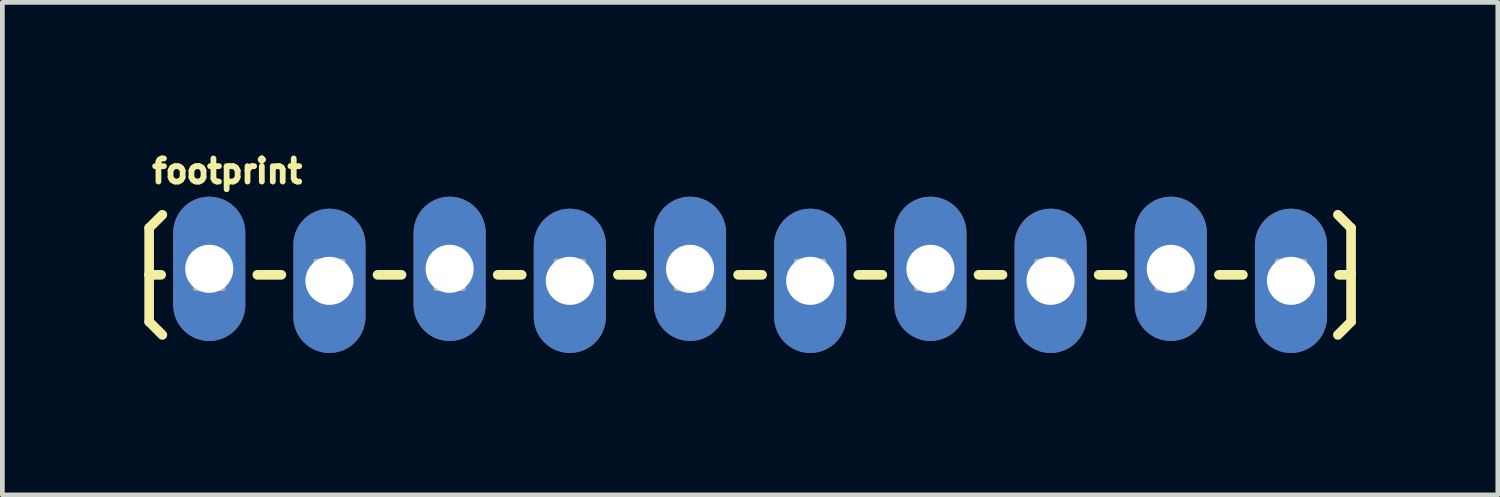
<source format=kicad_pcb>
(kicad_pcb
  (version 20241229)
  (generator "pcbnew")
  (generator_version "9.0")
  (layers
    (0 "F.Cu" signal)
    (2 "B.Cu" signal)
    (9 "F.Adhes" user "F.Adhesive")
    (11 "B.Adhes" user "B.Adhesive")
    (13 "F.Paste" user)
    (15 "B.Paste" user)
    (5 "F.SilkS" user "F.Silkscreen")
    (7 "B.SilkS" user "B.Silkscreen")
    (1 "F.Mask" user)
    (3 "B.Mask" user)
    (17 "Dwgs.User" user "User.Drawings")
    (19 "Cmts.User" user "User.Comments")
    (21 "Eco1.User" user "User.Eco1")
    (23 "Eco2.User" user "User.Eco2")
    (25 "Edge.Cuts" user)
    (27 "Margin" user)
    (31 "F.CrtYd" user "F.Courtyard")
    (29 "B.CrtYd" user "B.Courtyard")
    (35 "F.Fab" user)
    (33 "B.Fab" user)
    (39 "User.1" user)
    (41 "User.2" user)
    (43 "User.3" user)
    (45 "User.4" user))
  (footprint "footprint"
    (layer "F.Cu")
    (at 1.372 2.758)
    (property "Reference" "footprint" (at -1.27 -1.905 0) (layer "F.SilkS") (effects (font (size 0.488 0.488) (thickness 0.122)) (justify left bottom)))
    (fp_line (start -1.27 -0.991) (end -0.991 -1.27) (stroke (width 0.203) (type solid)) (layer "F.SilkS"))
    (fp_line (start -1.27 0) (end -1.27 -0.991) (stroke (width 0.203) (type solid)) (layer "F.SilkS"))
    (fp_line (start -1.27 0) (end -1.27 0.991) (stroke (width 0.203) (type solid)) (layer "F.SilkS"))
    (fp_line (start -1.27 0) (end -1.016 0) (stroke (width 0.203) (type solid)) (layer "F.SilkS"))
    (fp_line (start -1.27 0.991) (end -0.991 1.27) (stroke (width 0.203) (type solid)) (layer "F.SilkS"))
    (fp_line (start 1.524 0) (end 1.016 0) (stroke (width 0.203) (type solid)) (layer "F.SilkS"))
    (fp_line (start 4.064 0) (end 3.556 0) (stroke (width 0.203) (type solid)) (layer "F.SilkS"))
    (fp_line (start 6.604 0) (end 6.096 0) (stroke (width 0.203) (type solid)) (layer "F.SilkS"))
    (fp_line (start 9.144 0) (end 8.636 0) (stroke (width 0.203) (type solid)) (layer "F.SilkS"))
    (fp_line (start 11.684 0) (end 11.176 0) (stroke (width 0.203) (type solid)) (layer "F.SilkS"))
    (fp_line (start 14.224 0) (end 13.716 0) (stroke (width 0.203) (type solid)) (layer "F.SilkS"))
    (fp_line (start 16.764 0) (end 16.256 0) (stroke (width 0.203) (type solid)) (layer "F.SilkS"))
    (fp_line (start 19.304 0) (end 18.796 0) (stroke (width 0.203) (type solid)) (layer "F.SilkS"))
    (fp_line (start 21.844 0) (end 21.336 0) (stroke (width 0.203) (type solid)) (layer "F.SilkS"))
    (fp_line (start 24.13 -0.991) (end 23.851 -1.27) (stroke (width 0.203) (type solid)) (layer "F.SilkS"))
    (fp_line (start 24.13 0) (end 23.876 0) (stroke (width 0.203) (type solid)) (layer "F.SilkS"))
    (fp_line (start 24.13 0) (end 24.13 -0.991) (stroke (width 0.203) (type solid)) (layer "F.SilkS"))
    (fp_line (start 24.13 0) (end 24.13 0.991) (stroke (width 0.203) (type solid)) (layer "F.SilkS"))
    (fp_line (start 24.13 0.991) (end 23.851 1.27) (stroke (width 0.203) (type solid)) (layer "F.SilkS"))
    (fp_poly (pts (xy -0.292 0.292) (xy 0.292 0.292) (xy 0.292 -0.292) (xy -0.292 -0.292)) (stroke (width 0.1) (type solid)) (fill no) (layer "F.Fab"))
    (fp_poly (pts (xy 2.248 0.292) (xy 2.832 0.292) (xy 2.832 -0.292) (xy 2.248 -0.292)) (stroke (width 0.1) (type solid)) (fill no) (layer "F.Fab"))
    (fp_poly (pts (xy 4.788 0.292) (xy 5.372 0.292) (xy 5.372 -0.292) (xy 4.788 -0.292)) (stroke (width 0.1) (type solid)) (fill no) (layer "F.Fab"))
    (fp_poly (pts (xy 7.912 0.292) (xy 7.912 -0.292) (xy 7.328 -0.292) (xy 7.328 0.292)) (stroke (width 0.1) (type solid)) (fill no) (layer "F.Fab"))
    (fp_poly (pts (xy 9.868 0.292) (xy 10.452 0.292) (xy 10.452 -0.292) (xy 9.868 -0.292)) (stroke (width 0.1) (type solid)) (fill no) (layer "F.Fab"))
    (fp_poly (pts (xy 12.408 0.292) (xy 12.992 0.292) (xy 12.992 -0.292) (xy 12.408 -0.292)) (stroke (width 0.1) (type solid)) (fill no) (layer "F.Fab"))
    (fp_poly (pts (xy 14.948 0.292) (xy 15.532 0.292) (xy 15.532 -0.292) (xy 14.948 -0.292)) (stroke (width 0.1) (type solid)) (fill no) (layer "F.Fab"))
    (fp_poly (pts (xy 17.488 0.292) (xy 18.072 0.292) (xy 18.072 -0.292) (xy 17.488 -0.292)) (stroke (width 0.1) (type solid)) (fill no) (layer "F.Fab"))
    (fp_poly (pts (xy 20.028 0.292) (xy 20.612 0.292) (xy 20.612 -0.292) (xy 20.028 -0.292)) (stroke (width 0.1) (type solid)) (fill no) (layer "F.Fab"))
    (fp_poly (pts (xy 23.152 0.292) (xy 23.152 -0.292) (xy 22.568 -0.292) (xy 22.568 0.292)) (stroke (width 0.1) (type solid)) (fill no) (layer "F.Fab"))
    (pad "1" thru_hole oval (at 0 -0.127 90) (size 3.048 1.524) (drill 1.016) (layers "*.Cu" "*.Mask"))
    (pad "2" thru_hole oval (at 2.54 0.127 90) (size 3.048 1.524) (drill 1.016) (layers "*.Cu" "*.Mask"))
    (pad "3" thru_hole oval (at 5.08 -0.127 90) (size 3.048 1.524) (drill 1.016) (layers "*.Cu" "*.Mask"))
    (pad "4" thru_hole oval (at 7.62 0.127 90) (size 3.048 1.524) (drill 1.016) (layers "*.Cu" "*.Mask"))
    (pad "5" thru_hole oval (at 10.16 -0.127 90) (size 3.048 1.524) (drill 1.016) (layers "*.Cu" "*.Mask"))
    (pad "6" thru_hole oval (at 12.7 0.127 90) (size 3.048 1.524) (drill 1.016) (layers "*.Cu" "*.Mask"))
    (pad "7" thru_hole oval (at 15.24 -0.127 90) (size 3.048 1.524) (drill 1.016) (layers "*.Cu" "*.Mask"))
    (pad "8" thru_hole oval (at 17.78 0.127 90) (size 3.048 1.524) (drill 1.016) (layers "*.Cu" "*.Mask"))
    (pad "9" thru_hole oval (at 20.32 -0.127 90) (size 3.048 1.524) (drill 1.016) (layers "*.Cu" "*.Mask"))
    (pad "10" thru_hole oval (at 22.86 0.127 90) (size 3.048 1.524) (drill 1.016) (layers "*.Cu" "*.Mask")))
  (gr_rect
    (start -3 -3)
    (end 28.603 7.409)
    (stroke (width 0.1) (type default))
    (fill no)
    (layer "Edge.Cuts")))
</source>
